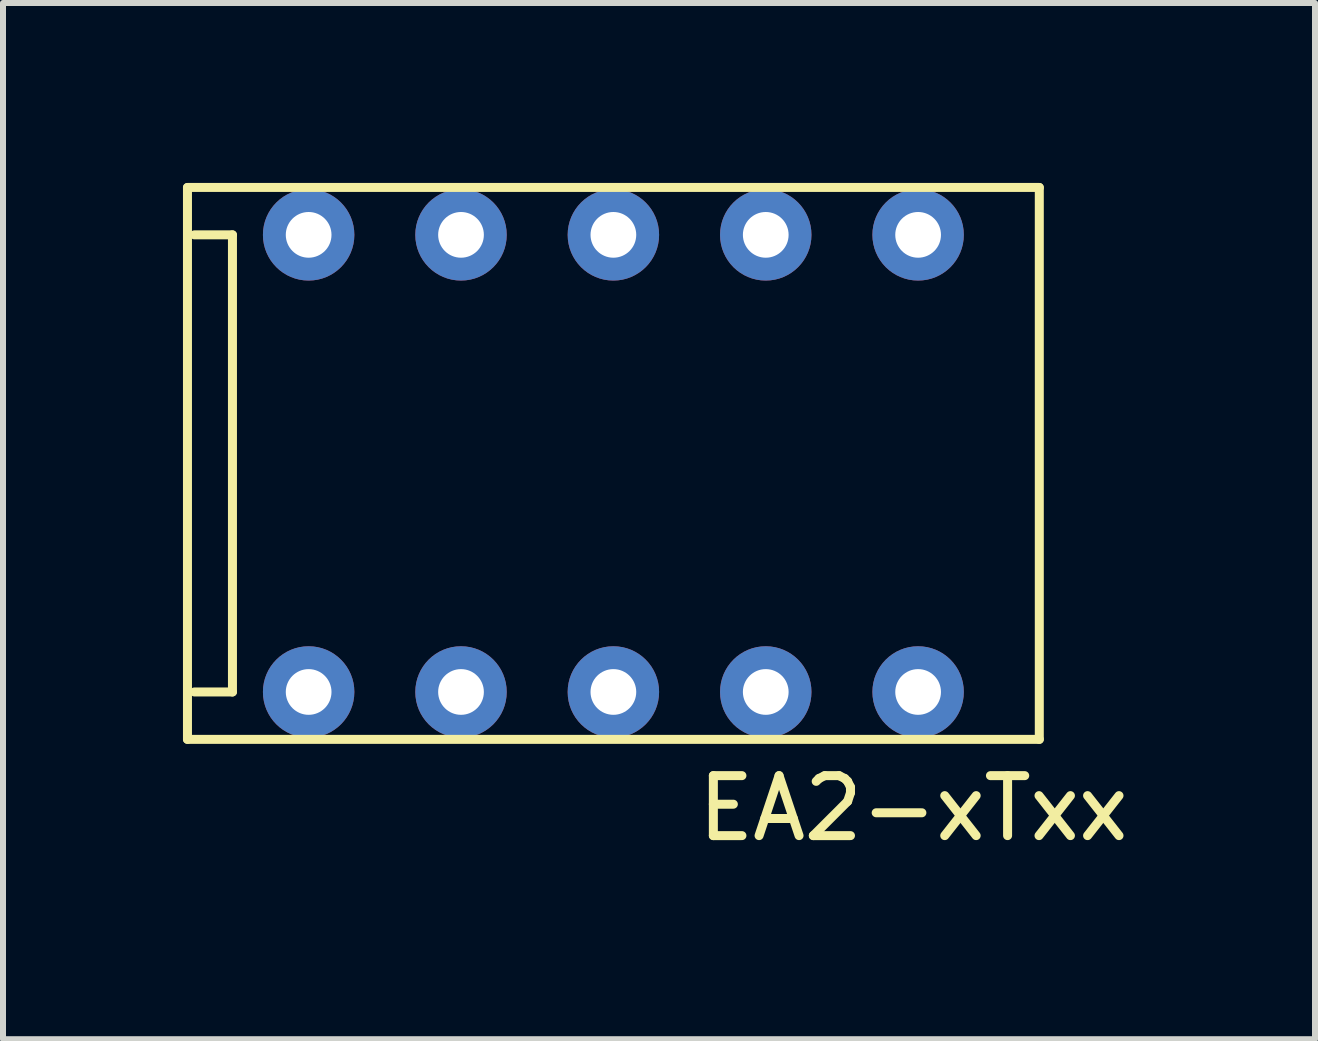
<source format=kicad_pcb>
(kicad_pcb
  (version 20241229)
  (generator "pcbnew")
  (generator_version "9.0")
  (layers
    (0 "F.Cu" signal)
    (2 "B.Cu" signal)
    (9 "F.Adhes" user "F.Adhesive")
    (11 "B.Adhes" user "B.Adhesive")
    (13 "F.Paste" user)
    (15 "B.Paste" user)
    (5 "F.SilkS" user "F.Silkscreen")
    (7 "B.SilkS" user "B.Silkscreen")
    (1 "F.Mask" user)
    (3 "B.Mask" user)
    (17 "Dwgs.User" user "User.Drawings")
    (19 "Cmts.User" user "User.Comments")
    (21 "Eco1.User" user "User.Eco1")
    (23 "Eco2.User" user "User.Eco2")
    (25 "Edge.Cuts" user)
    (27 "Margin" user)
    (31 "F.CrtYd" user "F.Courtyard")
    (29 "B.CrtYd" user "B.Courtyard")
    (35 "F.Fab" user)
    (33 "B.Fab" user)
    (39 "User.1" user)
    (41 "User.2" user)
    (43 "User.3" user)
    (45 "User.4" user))
  (footprint "EA2-xTxx"
    (layer "F.Cu")
    (at 7.175 4.675)
    (property "Reference" "EA2-xTxx" (at 5 5.75 0) (layer "F.SilkS") (effects (font (size 1 1) (thickness 0.15))))
    (attr through_hole)
    (fp_line (start -7.1 -4.6) (end -7.1 4.6) (stroke (width 0.15) (type solid)) (layer "F.SilkS"))
    (fp_line (start -7.1 -4.6) (end 7.1 -4.6) (stroke (width 0.15) (type solid)) (layer "F.SilkS"))
    (fp_line (start -7.1 4.6) (end 7.1 4.6) (stroke (width 0.15) (type solid)) (layer "F.SilkS"))
    (fp_line (start -6.985 -3.81) (end -6.35 -3.81) (stroke (width 0.15) (type solid)) (layer "F.SilkS"))
    (fp_line (start -6.35 -3.81) (end -6.35 3.81) (stroke (width 0.15) (type solid)) (layer "F.SilkS"))
    (fp_line (start -6.35 3.81) (end -6.985 3.81) (stroke (width 0.15) (type solid)) (layer "F.SilkS"))
    (fp_line (start 7.1 4.6) (end 7.1 -4.6) (stroke (width 0.15) (type solid)) (layer "F.SilkS"))
    (pad "1" thru_hole circle (at -5.08 -3.81) (size 1.524 1.524) (drill 0.762) (layers "*.Cu" "*.Mask"))
    (pad "2" thru_hole circle (at -2.54 -3.81) (size 1.524 1.524) (drill 0.762) (layers "*.Cu" "*.Mask"))
    (pad "3" thru_hole circle (at 0 -3.81) (size 1.524 1.524) (drill 0.762) (layers "*.Cu" "*.Mask"))
    (pad "4" thru_hole circle (at 2.54 -3.81) (size 1.524 1.524) (drill 0.762) (layers "*.Cu" "*.Mask"))
    (pad "5" thru_hole circle (at 5.08 -3.81) (size 1.524 1.524) (drill 0.762) (layers "*.Cu" "*.Mask"))
    (pad "6" thru_hole circle (at 5.08 3.81) (size 1.524 1.524) (drill 0.762) (layers "*.Cu" "*.Mask"))
    (pad "7" thru_hole circle (at 2.54 3.81) (size 1.524 1.524) (drill 0.762) (layers "*.Cu" "*.Mask"))
    (pad "8" thru_hole circle (at 0 3.81) (size 1.524 1.524) (drill 0.762) (layers "*.Cu" "*.Mask"))
    (pad "9" thru_hole circle (at -2.54 3.81) (size 1.524 1.524) (drill 0.762) (layers "*.Cu" "*.Mask"))
    (pad "10" thru_hole circle (at -5.08 3.81) (size 1.524 1.524) (drill 0.762) (layers "*.Cu" "*.Mask")))
  (gr_rect
    (start -3 -3)
    (end 18.871 14.273)
    (stroke (width 0.1) (type default))
    (fill no)
    (layer "Edge.Cuts")))
</source>
